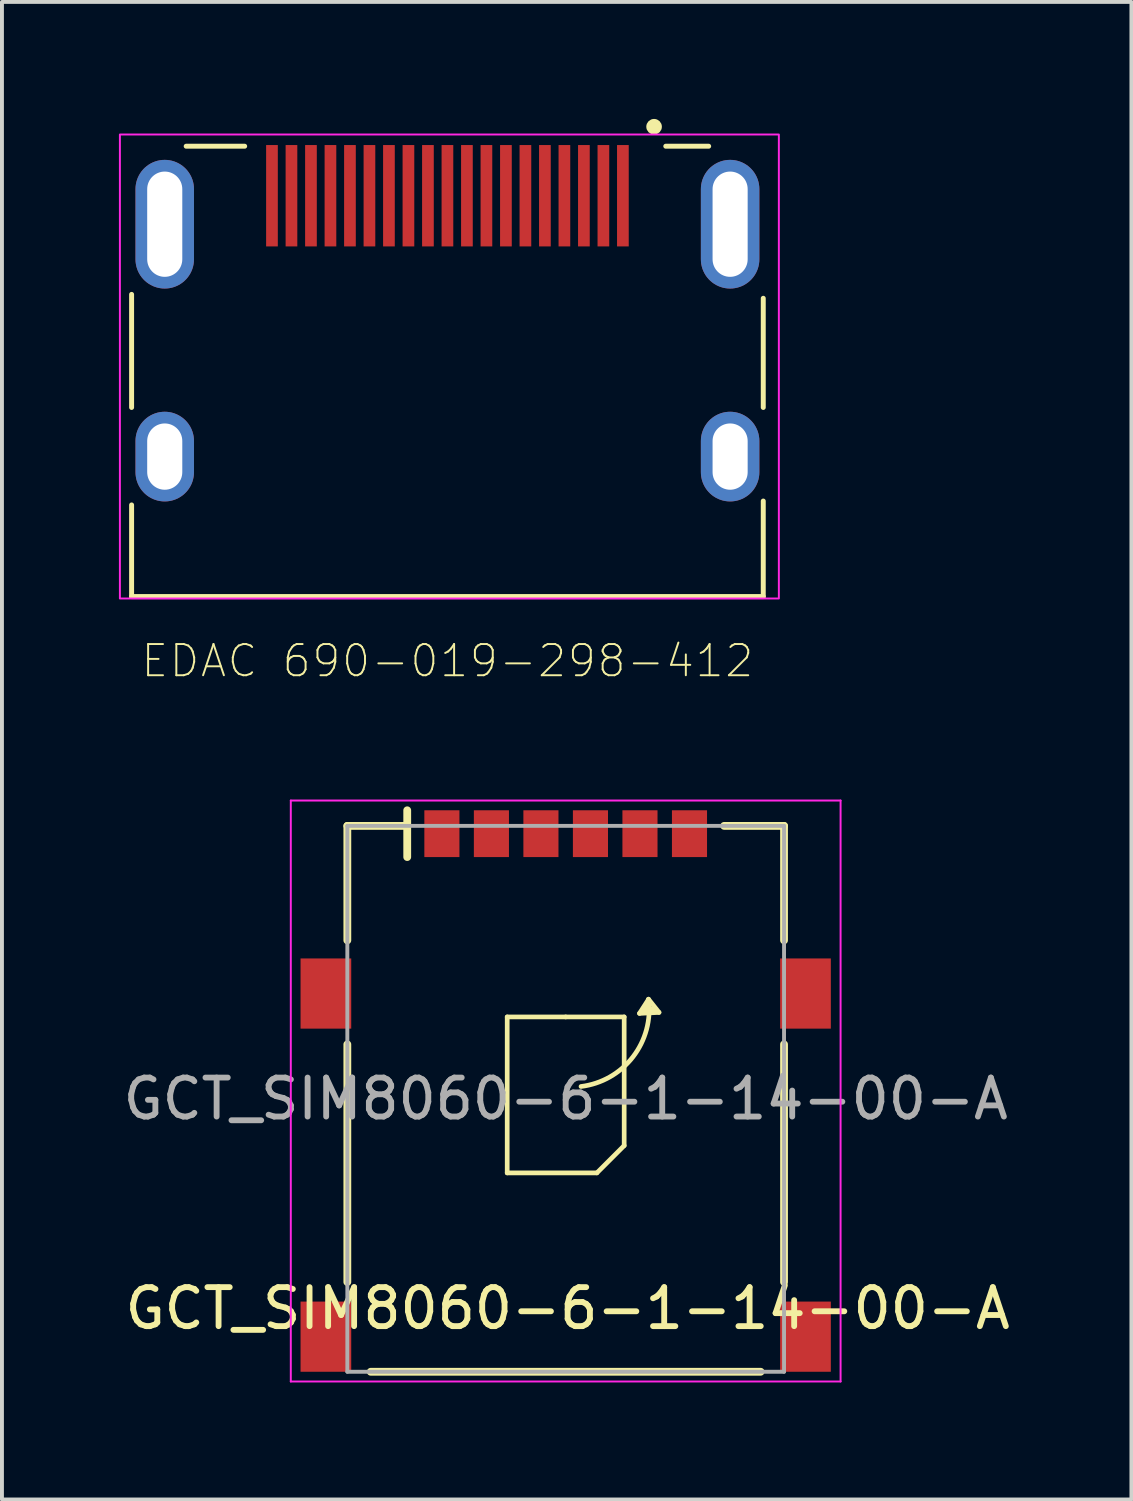
<source format=kicad_pcb>
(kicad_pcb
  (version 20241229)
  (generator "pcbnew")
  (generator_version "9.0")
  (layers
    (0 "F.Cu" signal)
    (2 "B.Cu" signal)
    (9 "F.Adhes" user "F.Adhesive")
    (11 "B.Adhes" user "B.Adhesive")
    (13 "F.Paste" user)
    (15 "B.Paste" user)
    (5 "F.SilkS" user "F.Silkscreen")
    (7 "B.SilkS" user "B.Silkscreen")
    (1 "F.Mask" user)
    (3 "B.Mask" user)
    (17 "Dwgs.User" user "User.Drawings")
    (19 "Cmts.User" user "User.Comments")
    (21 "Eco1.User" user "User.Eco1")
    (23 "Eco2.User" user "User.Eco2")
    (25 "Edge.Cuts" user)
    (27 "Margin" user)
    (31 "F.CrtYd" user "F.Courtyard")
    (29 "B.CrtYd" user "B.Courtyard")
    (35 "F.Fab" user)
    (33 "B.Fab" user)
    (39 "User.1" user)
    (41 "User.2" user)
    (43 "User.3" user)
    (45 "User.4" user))
  (footprint "GCT_SIM8060-6-1-14-00-A"
    (layer "F.Cu")
    (at 11.458 25.131)
    (property "Reference" "GCT_SIM8060-6-1-14-00-A" (at 0.05 5.375 0) (layer "F.SilkS") (effects (font (size 1 1) (thickness 0.15))))
    (attr smd)
    (fp_line (start -5.6 -7) (end -4.064 -7) (stroke (width 0.2) (type solid)) (layer "F.SilkS"))
    (fp_line (start -5.6 -4.064) (end -5.6 -7) (stroke (width 0.2) (type solid)) (layer "F.SilkS"))
    (fp_line (start -5.6 -1.397) (end -5.6 4.699) (stroke (width 0.2) (type solid)) (layer "F.SilkS"))
    (fp_line (start -5 7) (end 5 7) (stroke (width 0.2) (type solid)) (layer "F.SilkS"))
    (fp_line (start -4.064 -7.4) (end -4.064 -7) (stroke (width 0.2) (type solid)) (layer "F.SilkS"))
    (fp_line (start -4.064 -7) (end -4.064 -6.2) (stroke (width 0.2) (type solid)) (layer "F.SilkS"))
    (fp_line (start -1.5 -2.1) (end 0 -2.1) (stroke (width 0.12) (type solid)) (layer "F.SilkS"))
    (fp_line (start -1.5 1.9) (end -1.5 -2.1) (stroke (width 0.12) (type solid)) (layer "F.SilkS"))
    (fp_line (start 0 -2.1) (end 1.5 -2.1) (stroke (width 0.12) (type solid)) (layer "F.SilkS"))
    (fp_line (start 0.8 1.9) (end -1.5 1.9) (stroke (width 0.12) (type solid)) (layer "F.SilkS"))
    (fp_line (start 1.5 -2.1) (end 1.5 1.2) (stroke (width 0.12) (type solid)) (layer "F.SilkS"))
    (fp_line (start 1.5 1.2) (end 0.8 1.9) (stroke (width 0.12) (type solid)) (layer "F.SilkS"))
    (fp_line (start 1.893 -2.191) (end 2.393 -2.216) (stroke (width 0.12) (type solid)) (layer "F.SilkS"))
    (fp_line (start 1.993 -2.266) (end 2.118 -2.341) (stroke (width 0.12) (type solid)) (layer "F.SilkS"))
    (fp_line (start 2.118 -2.541) (end 1.893 -2.191) (stroke (width 0.12) (type solid)) (layer "F.SilkS"))
    (fp_line (start 2.118 -2.341) (end 2.293 -2.266) (stroke (width 0.12) (type solid)) (layer "F.SilkS"))
    (fp_line (start 2.393 -2.216) (end 2.124 -2.555) (stroke (width 0.12) (type solid)) (layer "F.SilkS"))
    (fp_line (start 4.064 -7) (end 5.6 -7) (stroke (width 0.2) (type solid)) (layer "F.SilkS"))
    (fp_line (start 5.6 -7) (end 5.6 -4.064) (stroke (width 0.2) (type solid)) (layer "F.SilkS"))
    (fp_line (start 5.6 4.699) (end 5.6 -1.397) (stroke (width 0.2) (type solid)) (layer "F.SilkS"))
    (fp_arc (start 2.124092 -2.554761) (mid 1.725 -1.075) (end 0.393284 -0.316383) (stroke (width 0.12) (type solid)) (layer "F.SilkS"))
    (fp_line (start -7.05 -7.65) (end 7.05 -7.65) (stroke (width 0.05) (type solid)) (layer "F.CrtYd"))
    (fp_line (start -7.05 7.25) (end -7.05 -7.65) (stroke (width 0.05) (type solid)) (layer "F.CrtYd"))
    (fp_line (start 7.05 -7.65) (end 7.05 7.25) (stroke (width 0.05) (type solid)) (layer "F.CrtYd"))
    (fp_line (start 7.05 7.25) (end -7.05 7.25) (stroke (width 0.05) (type solid)) (layer "F.CrtYd"))
    (fp_line (start -5.6 -7) (end 5.6 -7) (stroke (width 0.1) (type solid)) (layer "F.Fab"))
    (fp_line (start -5.6 7) (end -5.6 -7) (stroke (width 0.1) (type solid)) (layer "F.Fab"))
    (fp_line (start 5.6 -7) (end 5.6 7) (stroke (width 0.1) (type solid)) (layer "F.Fab"))
    (fp_line (start 5.6 7) (end -5.6 7) (stroke (width 0.1) (type solid)) (layer "F.Fab"))
    (fp_text user "${REFERENCE}" (at 0 0 0) (layer "F.Fab") (effects (font (size 1 1) (thickness 0.15))))
    (pad "1" smd rect (at -3.175 -6.8) (size 0.9 1.2) (layers "F.Cu" "F.Mask" "F.Paste"))
    (pad "2" smd rect (at -0.635 -6.8) (size 0.9 1.2) (layers "F.Cu" "F.Mask" "F.Paste"))
    (pad "3" smd rect (at 1.905 -6.8) (size 0.9 1.2) (layers "F.Cu" "F.Mask" "F.Paste"))
    (pad "5" smd rect (at -1.905 -6.8) (size 0.9 1.2) (layers "F.Cu" "F.Mask" "F.Paste"))
    (pad "6" smd rect (at 0.635 -6.8) (size 0.9 1.2) (layers "F.Cu" "F.Mask" "F.Paste"))
    (pad "7" smd rect (at 3.175 -6.8) (size 0.9 1.2) (layers "F.Cu" "F.Mask" "F.Paste"))
    (pad "SH" smd rect (at -6.15 -2.7) (size 1.3 1.8) (layers "F.Cu" "F.Mask" "F.Paste"))
    (pad "SH" smd rect (at 6.15 -2.7) (size 1.3 1.8) (layers "F.Cu" "F.Mask" "F.Paste"))
    (pad "SH" smd rect (at 6.15 6.1) (size 1.3 1.8) (layers "F.Cu" "F.Mask" "F.Paste"))
    (pad "SW" smd rect (at -6.15 6.1) (size 1.3 1.8) (layers "F.Cu" "F.Mask" "F.Paste"))
    (zone (net_name "") (layer "F.Cu") (hatch full 0.508) (connect_pads) (min_thickness 0.01) (filled_areas_thickness no) (keepout (tracks not_allowed) (vias not_allowed) (pads not_allowed) (copperpour not_allowed) (footprints allowed)) (placement (enabled no)) (fill) (polygon (pts (xy 7.528 27.731) (xy 9.968 27.731) (xy 9.968 31.431) (xy 7.528 31.431))))
    (zone (net_name "") (layer "F.Cu") (hatch full 0.508) (connect_pads) (min_thickness 0.01) (filled_areas_thickness no) (keepout (tracks not_allowed) (vias not_allowed) (pads not_allowed) (copperpour not_allowed) (footprints allowed)) (placement (enabled no)) (fill) (polygon (pts (xy 8.098 20.711) (xy 9.398 20.711) (xy 9.398 24.411) (xy 8.098 24.411))))
    (zone (net_name "") (layer "F.Cu") (hatch full 0.508) (connect_pads) (min_thickness 0.01) (filled_areas_thickness no) (keepout (tracks not_allowed) (vias not_allowed) (pads not_allowed) (copperpour not_allowed) (footprints allowed)) (placement (enabled no)) (fill) (polygon (pts (xy 10.808 20.711) (xy 12.108 20.711) (xy 12.108 24.411) (xy 10.808 24.411))))
    (zone (net_name "") (layer "F.Cu") (hatch full 0.508) (connect_pads) (min_thickness 0.01) (filled_areas_thickness no) (keepout (tracks not_allowed) (vias not_allowed) (pads not_allowed) (copperpour not_allowed) (footprints allowed)) (placement (enabled no)) (fill) (polygon (pts (xy 10.808 27.731) (xy 12.108 27.731) (xy 12.108 31.431) (xy 10.808 31.431))))
    (zone (net_name "") (layer "F.Cu") (hatch full 0.508) (connect_pads) (min_thickness 0.01) (filled_areas_thickness no) (keepout (tracks not_allowed) (vias not_allowed) (pads not_allowed) (copperpour not_allowed) (footprints allowed)) (placement (enabled no)) (fill) (polygon (pts (xy 13.348 20.711) (xy 14.648 20.711) (xy 14.648 24.411) (xy 13.348 24.411))))
    (zone (net_name "") (layer "F.Cu") (hatch full 0.508) (connect_pads) (min_thickness 0.01) (filled_areas_thickness no) (keepout (tracks not_allowed) (vias not_allowed) (pads not_allowed) (copperpour not_allowed) (footprints allowed)) (placement (enabled no)) (fill) (polygon (pts (xy 13.348 27.731) (xy 14.648 27.731) (xy 14.648 31.431) (xy 13.348 31.431))))
    (zone (net_name "") (layers "F.Cu" "B.Cu") (hatch full 0.508) (connect_pads) (min_thickness 0.01) (filled_areas_thickness no) (keepout (tracks allowed) (vias not_allowed) (pads allowed) (copperpour allowed) (footprints allowed)) (placement (enabled no)) (fill) (polygon (pts (xy 7.528 27.731) (xy 9.968 27.731) (xy 9.968 31.431) (xy 7.528 31.431))))
    (zone (net_name "") (layers "F.Cu" "B.Cu") (hatch full 0.508) (connect_pads) (min_thickness 0.01) (filled_areas_thickness no) (keepout (tracks allowed) (vias not_allowed) (pads allowed) (copperpour allowed) (footprints allowed)) (placement (enabled no)) (fill) (polygon (pts (xy 8.098 20.711) (xy 9.398 20.711) (xy 9.398 24.411) (xy 8.098 24.411))))
    (zone (net_name "") (layers "F.Cu" "B.Cu") (hatch full 0.508) (connect_pads) (min_thickness 0.01) (filled_areas_thickness no) (keepout (tracks allowed) (vias not_allowed) (pads allowed) (copperpour allowed) (footprints allowed)) (placement (enabled no)) (fill) (polygon (pts (xy 10.808 20.711) (xy 12.108 20.711) (xy 12.108 24.411) (xy 10.808 24.411))))
    (zone (net_name "") (layers "F.Cu" "B.Cu") (hatch full 0.508) (connect_pads) (min_thickness 0.01) (filled_areas_thickness no) (keepout (tracks allowed) (vias not_allowed) (pads allowed) (copperpour allowed) (footprints allowed)) (placement (enabled no)) (fill) (polygon (pts (xy 10.808 27.731) (xy 12.108 27.731) (xy 12.108 31.431) (xy 10.808 31.431))))
    (zone (net_name "") (layers "F.Cu" "B.Cu") (hatch full 0.508) (connect_pads) (min_thickness 0.01) (filled_areas_thickness no) (keepout (tracks allowed) (vias not_allowed) (pads allowed) (copperpour allowed) (footprints allowed)) (placement (enabled no)) (fill) (polygon (pts (xy 13.348 20.711) (xy 14.648 20.711) (xy 14.648 24.411) (xy 13.348 24.411))))
    (zone (net_name "") (layers "F.Cu" "B.Cu") (hatch full 0.508) (connect_pads) (min_thickness 0.01) (filled_areas_thickness no) (keepout (tracks allowed) (vias not_allowed) (pads allowed) (copperpour allowed) (footprints allowed)) (placement (enabled no)) (fill) (polygon (pts (xy 13.348 27.731) (xy 14.648 27.731) (xy 14.648 31.431) (xy 13.348 31.431)))))
  (footprint "EDAC 690-019-298-412"
    (layer "F.Cu")
    (at 8.425 2.7)
    (property "Reference" "EDAC 690-019-298-412" (at 0 11.2 0) (layer "F.SilkS") (effects (font (size 0.8 0.8) (thickness 0.05))))
    (attr smd)
    (fp_line (start -8.1 4.7) (end -8.1 1.8) (stroke (width 0.127) (type solid)) (layer "F.SilkS"))
    (fp_line (start -8.1 9.55) (end -8.1 7.2) (stroke (width 0.127) (type solid)) (layer "F.SilkS"))
    (fp_line (start -8.1 9.55) (end 8.1 9.55) (stroke (width 0.127) (type solid)) (layer "F.SilkS"))
    (fp_line (start -6.7 -2) (end -5.2 -2) (stroke (width 0.127) (type solid)) (layer "F.SilkS"))
    (fp_line (start 5.6 -2) (end 6.7 -2) (stroke (width 0.127) (type solid)) (layer "F.SilkS"))
    (fp_line (start 8.1 1.9) (end 8.1 4.7) (stroke (width 0.127) (type solid)) (layer "F.SilkS"))
    (fp_line (start 8.1 7.1) (end 8.1 9.55) (stroke (width 0.127) (type solid)) (layer "F.SilkS"))
    (fp_circle (center 5.3 -2.5) (end 5.4 -2.5) (stroke (width 0.2) (type solid)) (fill no) (layer "F.SilkS"))
    (fp_line (start -8.35 -2.2) (end 8.4 -2.2) (stroke (width 0.05) (type solid)) (layer "Eco1.User"))
    (fp_line (start -8.35 8.5) (end -8.35 -2.2) (stroke (width 0.05) (type solid)) (layer "Eco1.User"))
    (fp_line (start -8.35 9.5) (end -8.35 8.5) (stroke (width 0.05) (type solid)) (layer "Eco1.User"))
    (fp_line (start 8.4 -2.2) (end 8.4 9.5) (stroke (width 0.05) (type solid)) (layer "Eco1.User"))
    (fp_line (start 8.4 9.5) (end -8.35 9.5) (stroke (width 0.05) (type solid)) (layer "Eco1.User"))
    (fp_line (start -8.1 -2) (end 8.1 -2) (stroke (width 0.127) (type solid)) (layer "Eco2.User"))
    (fp_line (start -8.1 8.5) (end -8.1 -2) (stroke (width 0.127) (type solid)) (layer "Eco2.User"))
    (fp_line (start -8.1 10.55) (end -8.1 8.5) (stroke (width 0.127) (type solid)) (layer "Eco2.User"))
    (fp_line (start 8.1 -2) (end 8.1 8.5) (stroke (width 0.127) (type solid)) (layer "Eco2.User"))
    (fp_line (start 8.1 8.5) (end 8.1 10.55) (stroke (width 0.127) (type solid)) (layer "Eco2.User"))
    (fp_line (start 8.1 10.55) (end -8.1 10.55) (stroke (width 0.127) (type solid)) (layer "Eco2.User"))
    (fp_rect (start -8.4 -2.3) (end 8.5 9.6) (stroke (width 0.05) (type default)) (fill no) (layer "F.CrtYd"))
    (pad "1" smd rect (at 4.5 -0.73 90) (size 2.6 0.3) (layers "F.Cu" "F.Mask" "F.Paste"))
    (pad "2" smd rect (at 4 -0.73 90) (size 2.6 0.3) (layers "F.Cu" "F.Mask" "F.Paste"))
    (pad "3" smd rect (at 3.5 -0.73 90) (size 2.6 0.3) (layers "F.Cu" "F.Mask" "F.Paste"))
    (pad "4" smd rect (at 3 -0.73 90) (size 2.6 0.3) (layers "F.Cu" "F.Mask" "F.Paste"))
    (pad "5" smd rect (at 2.5 -0.73 90) (size 2.6 0.3) (layers "F.Cu" "F.Mask" "F.Paste"))
    (pad "6" smd rect (at 2 -0.73 90) (size 2.6 0.3) (layers "F.Cu" "F.Mask" "F.Paste"))
    (pad "7" smd rect (at 1.5 -0.73 90) (size 2.6 0.3) (layers "F.Cu" "F.Mask" "F.Paste"))
    (pad "8" smd rect (at 1 -0.73 90) (size 2.6 0.3) (layers "F.Cu" "F.Mask" "F.Paste"))
    (pad "9" smd rect (at 0.5 -0.73 90) (size 2.6 0.3) (layers "F.Cu" "F.Mask" "F.Paste"))
    (pad "10" smd rect (at 0 -0.73 90) (size 2.6 0.3) (layers "F.Cu" "F.Mask" "F.Paste"))
    (pad "11" smd rect (at -0.5 -0.73 90) (size 2.6 0.3) (layers "F.Cu" "F.Mask" "F.Paste"))
    (pad "12" smd rect (at -1 -0.73 90) (size 2.6 0.3) (layers "F.Cu" "F.Mask" "F.Paste"))
    (pad "13" smd rect (at -1.5 -0.73 90) (size 2.6 0.3) (layers "F.Cu" "F.Mask" "F.Paste"))
    (pad "14" smd rect (at -2 -0.73 90) (size 2.6 0.3) (layers "F.Cu" "F.Mask" "F.Paste"))
    (pad "15" smd rect (at -2.5 -0.73 90) (size 2.6 0.3) (layers "F.Cu" "F.Mask" "F.Paste"))
    (pad "16" smd rect (at -3 -0.73 90) (size 2.6 0.3) (layers "F.Cu" "F.Mask" "F.Paste"))
    (pad "17" smd rect (at -3.5 -0.73 90) (size 2.6 0.3) (layers "F.Cu" "F.Mask" "F.Paste"))
    (pad "18" smd rect (at -4 -0.73 90) (size 2.6 0.3) (layers "F.Cu" "F.Mask" "F.Paste"))
    (pad "19" smd rect (at -4.5 -0.73 90) (size 2.6 0.3) (layers "F.Cu" "F.Mask" "F.Paste"))
    (pad "SH" thru_hole oval (at -7.25 0) (size 1.5 3.3) (drill oval 0.9 2.7) (layers "*.Cu" "*.Mask"))
    (pad "SH" thru_hole oval (at -7.25 5.96) (size 1.5 2.3) (drill oval 0.9 1.7) (layers "*.Cu" "*.Mask"))
    (pad "SH" thru_hole oval (at 7.25 0) (size 1.5 3.3) (drill oval 0.9 2.7) (layers "*.Cu" "*.Mask"))
    (pad "SH" thru_hole oval (at 7.25 5.96) (size 1.5 2.3) (drill oval 0.9 1.7) (layers "*.Cu" "*.Mask")))
  (gr_rect
    (start -3 -3)
    (end 25.967 35.406)
    (stroke (width 0.1) (type default))
    (fill no)
    (layer "Edge.Cuts")))
</source>
